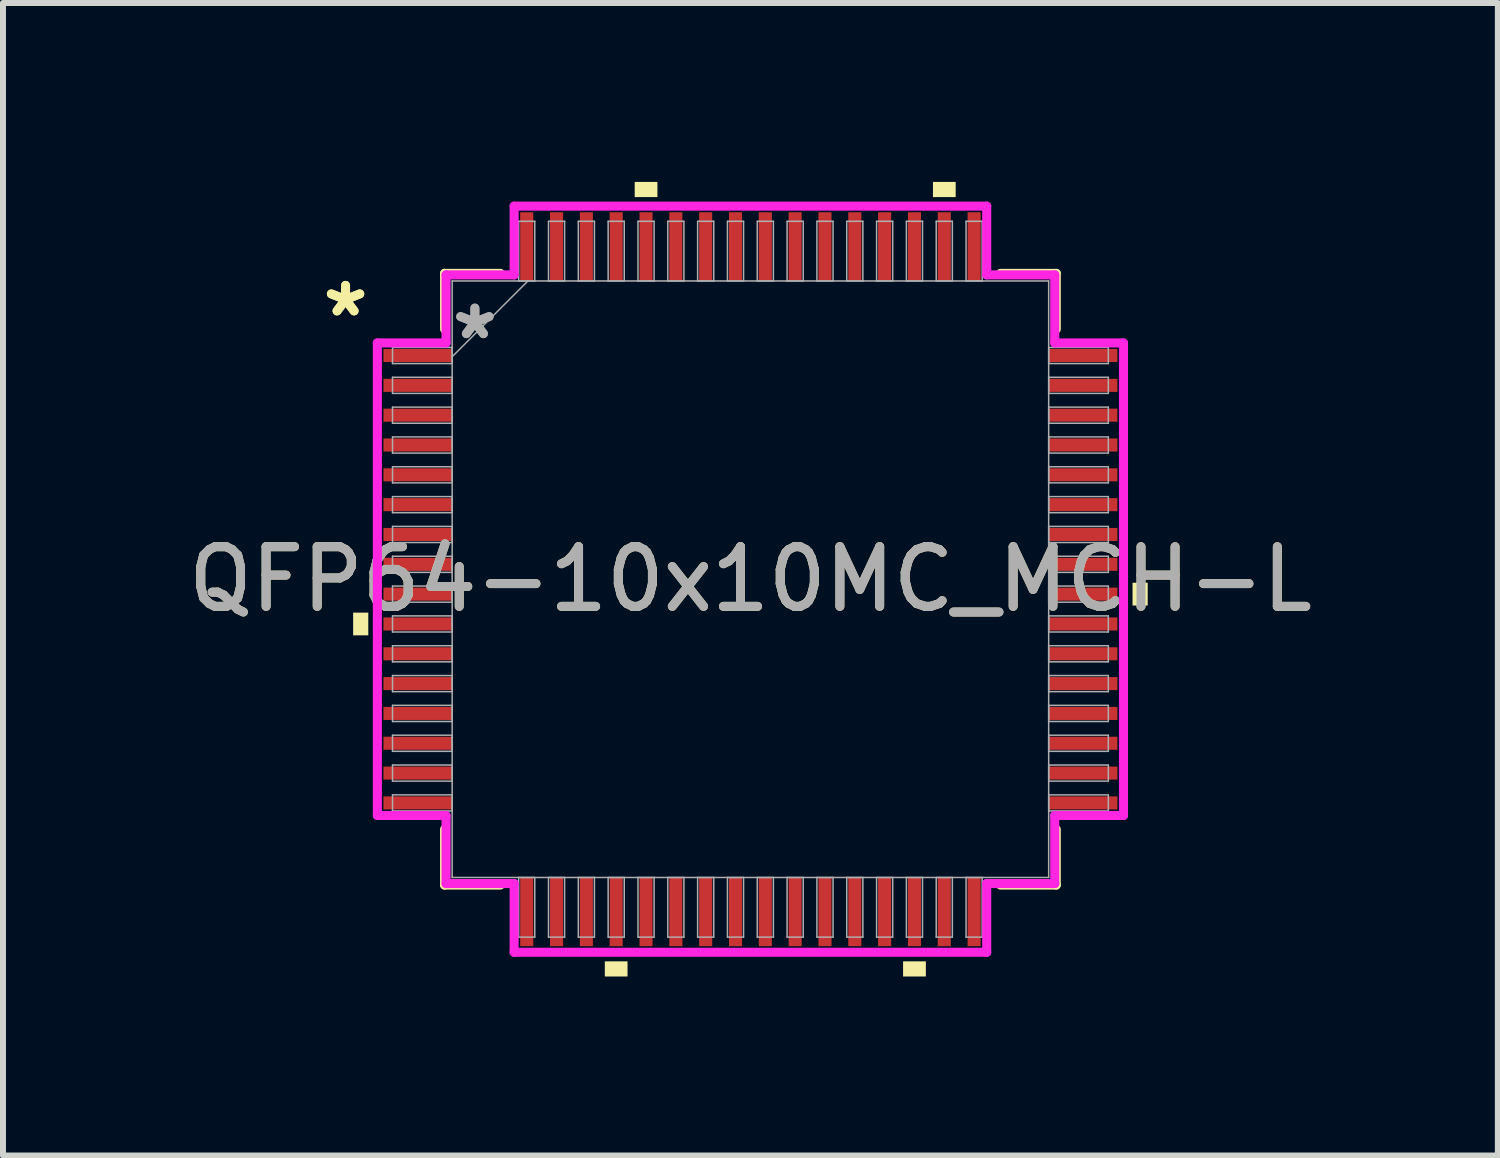
<source format=kicad_pcb>
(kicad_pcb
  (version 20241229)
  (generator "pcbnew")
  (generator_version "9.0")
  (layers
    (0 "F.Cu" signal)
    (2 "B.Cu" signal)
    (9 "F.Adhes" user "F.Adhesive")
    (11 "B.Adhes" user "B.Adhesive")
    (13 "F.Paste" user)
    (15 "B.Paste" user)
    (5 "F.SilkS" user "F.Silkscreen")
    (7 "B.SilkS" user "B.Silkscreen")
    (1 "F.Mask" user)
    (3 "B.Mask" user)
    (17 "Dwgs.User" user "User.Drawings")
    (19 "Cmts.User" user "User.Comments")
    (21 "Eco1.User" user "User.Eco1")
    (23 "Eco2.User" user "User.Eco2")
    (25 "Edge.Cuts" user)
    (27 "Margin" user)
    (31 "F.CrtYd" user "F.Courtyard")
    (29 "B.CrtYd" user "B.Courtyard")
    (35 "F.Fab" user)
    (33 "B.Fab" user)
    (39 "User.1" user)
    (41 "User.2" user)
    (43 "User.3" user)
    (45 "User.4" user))
  (footprint "QFP64-10x10MC_MCH-L"
    (layer "F.Cu")
    (at 9.53 6.66)
    (property "Reference" "QFP64-10x10MC_MCH-L" (at 0 0 0) (unlocked yes) (layer "F.SilkS") (effects (font (size 1 1) (thickness 0.15))))
    (attr smd)
    (fp_line (start -5.127 -5.127) (end -5.127 -4.192) (stroke (width 0.152) (type solid)) (layer "F.SilkS"))
    (fp_line (start -5.127 4.192) (end -5.127 5.127) (stroke (width 0.152) (type solid)) (layer "F.SilkS"))
    (fp_line (start -5.127 5.127) (end -4.192 5.127) (stroke (width 0.152) (type solid)) (layer "F.SilkS"))
    (fp_line (start -4.192 -5.127) (end -5.127 -5.127) (stroke (width 0.152) (type solid)) (layer "F.SilkS"))
    (fp_line (start 4.192 5.127) (end 5.127 5.127) (stroke (width 0.152) (type solid)) (layer "F.SilkS"))
    (fp_line (start 5.127 -5.127) (end 4.192 -5.127) (stroke (width 0.152) (type solid)) (layer "F.SilkS"))
    (fp_line (start 5.127 -4.192) (end 5.127 -5.127) (stroke (width 0.152) (type solid)) (layer "F.SilkS"))
    (fp_line (start 5.127 5.127) (end 5.127 4.192) (stroke (width 0.152) (type solid)) (layer "F.SilkS"))
    (fp_poly (pts (xy -6.66 0.56) (xy -6.66 0.941) (xy -6.406 0.941) (xy -6.406 0.56)) (stroke (width 0) (type solid)) (fill yes) (layer "F.SilkS"))
    (fp_poly (pts (xy -2.441 6.406) (xy -2.441 6.66) (xy -2.06 6.66) (xy -2.06 6.406)) (stroke (width 0) (type solid)) (fill yes) (layer "F.SilkS"))
    (fp_poly (pts (xy -1.94 -6.406) (xy -1.94 -6.66) (xy -1.559 -6.66) (xy -1.559 -6.406)) (stroke (width 0) (type solid)) (fill yes) (layer "F.SilkS"))
    (fp_poly (pts (xy 2.559 6.406) (xy 2.559 6.66) (xy 2.941 6.66) (xy 2.941 6.406)) (stroke (width 0) (type solid)) (fill yes) (layer "F.SilkS"))
    (fp_poly (pts (xy 3.06 -6.406) (xy 3.06 -6.66) (xy 3.441 -6.66) (xy 3.441 -6.406)) (stroke (width 0) (type solid)) (fill yes) (layer "F.SilkS"))
    (fp_poly (pts (xy 6.66 0.059) (xy 6.66 0.441) (xy 6.406 0.441) (xy 6.406 0.059)) (stroke (width 0) (type solid)) (fill yes) (layer "F.SilkS"))
    (fp_line (start -6.254 -3.961) (end -5.102 -3.961) (stroke (width 0.152) (type solid)) (layer "F.CrtYd"))
    (fp_line (start -6.254 3.961) (end -6.254 -3.961) (stroke (width 0.152) (type solid)) (layer "F.CrtYd"))
    (fp_line (start -5.102 -5.102) (end -3.961 -5.102) (stroke (width 0.152) (type solid)) (layer "F.CrtYd"))
    (fp_line (start -5.102 -3.961) (end -5.102 -5.102) (stroke (width 0.152) (type solid)) (layer "F.CrtYd"))
    (fp_line (start -5.102 3.961) (end -6.254 3.961) (stroke (width 0.152) (type solid)) (layer "F.CrtYd"))
    (fp_line (start -5.102 5.102) (end -5.102 3.961) (stroke (width 0.152) (type solid)) (layer "F.CrtYd"))
    (fp_line (start -5.102 5.102) (end -3.961 5.102) (stroke (width 0.152) (type solid)) (layer "F.CrtYd"))
    (fp_line (start -3.961 -6.254) (end 3.961 -6.254) (stroke (width 0.152) (type solid)) (layer "F.CrtYd"))
    (fp_line (start -3.961 -5.102) (end -3.961 -6.254) (stroke (width 0.152) (type solid)) (layer "F.CrtYd"))
    (fp_line (start -3.961 5.102) (end -3.961 6.254) (stroke (width 0.152) (type solid)) (layer "F.CrtYd"))
    (fp_line (start -3.961 6.254) (end 3.961 6.254) (stroke (width 0.152) (type solid)) (layer "F.CrtYd"))
    (fp_line (start 3.961 -6.254) (end 3.961 -5.102) (stroke (width 0.152) (type solid)) (layer "F.CrtYd"))
    (fp_line (start 3.961 -5.102) (end 5.102 -5.102) (stroke (width 0.152) (type solid)) (layer "F.CrtYd"))
    (fp_line (start 3.961 5.102) (end 5.102 5.102) (stroke (width 0.152) (type solid)) (layer "F.CrtYd"))
    (fp_line (start 3.961 6.254) (end 3.961 5.102) (stroke (width 0.152) (type solid)) (layer "F.CrtYd"))
    (fp_line (start 5.102 -3.961) (end 5.102 -5.102) (stroke (width 0.152) (type solid)) (layer "F.CrtYd"))
    (fp_line (start 5.102 3.961) (end 6.254 3.961) (stroke (width 0.152) (type solid)) (layer "F.CrtYd"))
    (fp_line (start 5.102 5.102) (end 5.102 3.961) (stroke (width 0.152) (type solid)) (layer "F.CrtYd"))
    (fp_line (start 6.254 -3.961) (end 5.102 -3.961) (stroke (width 0.152) (type solid)) (layer "F.CrtYd"))
    (fp_line (start 6.254 3.961) (end 6.254 -3.961) (stroke (width 0.152) (type solid)) (layer "F.CrtYd"))
    (fp_line (start -6 -3.885) (end -6 -3.615) (stroke (width 0.025) (type solid)) (layer "F.Fab"))
    (fp_line (start -6 -3.615) (end -5 -3.615) (stroke (width 0.025) (type solid)) (layer "F.Fab"))
    (fp_line (start -6 -3.385) (end -6 -3.115) (stroke (width 0.025) (type solid)) (layer "F.Fab"))
    (fp_line (start -6 -3.115) (end -5 -3.115) (stroke (width 0.025) (type solid)) (layer "F.Fab"))
    (fp_line (start -6 -2.885) (end -6 -2.615) (stroke (width 0.025) (type solid)) (layer "F.Fab"))
    (fp_line (start -6 -2.615) (end -5 -2.615) (stroke (width 0.025) (type solid)) (layer "F.Fab"))
    (fp_line (start -6 -2.385) (end -6 -2.115) (stroke (width 0.025) (type solid)) (layer "F.Fab"))
    (fp_line (start -6 -2.115) (end -5 -2.115) (stroke (width 0.025) (type solid)) (layer "F.Fab"))
    (fp_line (start -6 -1.885) (end -6 -1.615) (stroke (width 0.025) (type solid)) (layer "F.Fab"))
    (fp_line (start -6 -1.615) (end -5 -1.615) (stroke (width 0.025) (type solid)) (layer "F.Fab"))
    (fp_line (start -6 -1.385) (end -6 -1.115) (stroke (width 0.025) (type solid)) (layer "F.Fab"))
    (fp_line (start -6 -1.115) (end -5 -1.115) (stroke (width 0.025) (type solid)) (layer "F.Fab"))
    (fp_line (start -6 -0.885) (end -6 -0.615) (stroke (width 0.025) (type solid)) (layer "F.Fab"))
    (fp_line (start -6 -0.615) (end -5 -0.615) (stroke (width 0.025) (type solid)) (layer "F.Fab"))
    (fp_line (start -6 -0.385) (end -6 -0.115) (stroke (width 0.025) (type solid)) (layer "F.Fab"))
    (fp_line (start -6 -0.115) (end -5 -0.115) (stroke (width 0.025) (type solid)) (layer "F.Fab"))
    (fp_line (start -6 0.115) (end -6 0.385) (stroke (width 0.025) (type solid)) (layer "F.Fab"))
    (fp_line (start -6 0.385) (end -5 0.385) (stroke (width 0.025) (type solid)) (layer "F.Fab"))
    (fp_line (start -6 0.615) (end -6 0.885) (stroke (width 0.025) (type solid)) (layer "F.Fab"))
    (fp_line (start -6 0.885) (end -5 0.885) (stroke (width 0.025) (type solid)) (layer "F.Fab"))
    (fp_line (start -6 1.115) (end -6 1.385) (stroke (width 0.025) (type solid)) (layer "F.Fab"))
    (fp_line (start -6 1.385) (end -5 1.385) (stroke (width 0.025) (type solid)) (layer "F.Fab"))
    (fp_line (start -6 1.615) (end -6 1.885) (stroke (width 0.025) (type solid)) (layer "F.Fab"))
    (fp_line (start -6 1.885) (end -5 1.885) (stroke (width 0.025) (type solid)) (layer "F.Fab"))
    (fp_line (start -6 2.115) (end -6 2.385) (stroke (width 0.025) (type solid)) (layer "F.Fab"))
    (fp_line (start -6 2.385) (end -5 2.385) (stroke (width 0.025) (type solid)) (layer "F.Fab"))
    (fp_line (start -6 2.615) (end -6 2.885) (stroke (width 0.025) (type solid)) (layer "F.Fab"))
    (fp_line (start -6 2.885) (end -5 2.885) (stroke (width 0.025) (type solid)) (layer "F.Fab"))
    (fp_line (start -6 3.115) (end -6 3.385) (stroke (width 0.025) (type solid)) (layer "F.Fab"))
    (fp_line (start -6 3.385) (end -5 3.385) (stroke (width 0.025) (type solid)) (layer "F.Fab"))
    (fp_line (start -6 3.615) (end -6 3.885) (stroke (width 0.025) (type solid)) (layer "F.Fab"))
    (fp_line (start -6 3.885) (end -5 3.885) (stroke (width 0.025) (type solid)) (layer "F.Fab"))
    (fp_line (start -5 -5) (end -5 5) (stroke (width 0.025) (type solid)) (layer "F.Fab"))
    (fp_line (start -5 -3.885) (end -6 -3.885) (stroke (width 0.025) (type solid)) (layer "F.Fab"))
    (fp_line (start -5 -3.73) (end -3.73 -5) (stroke (width 0.025) (type solid)) (layer "F.Fab"))
    (fp_line (start -5 -3.615) (end -5 -3.885) (stroke (width 0.025) (type solid)) (layer "F.Fab"))
    (fp_line (start -5 -3.385) (end -6 -3.385) (stroke (width 0.025) (type solid)) (layer "F.Fab"))
    (fp_line (start -5 -3.115) (end -5 -3.385) (stroke (width 0.025) (type solid)) (layer "F.Fab"))
    (fp_line (start -5 -2.885) (end -6 -2.885) (stroke (width 0.025) (type solid)) (layer "F.Fab"))
    (fp_line (start -5 -2.615) (end -5 -2.885) (stroke (width 0.025) (type solid)) (layer "F.Fab"))
    (fp_line (start -5 -2.385) (end -6 -2.385) (stroke (width 0.025) (type solid)) (layer "F.Fab"))
    (fp_line (start -5 -2.115) (end -5 -2.385) (stroke (width 0.025) (type solid)) (layer "F.Fab"))
    (fp_line (start -5 -1.885) (end -6 -1.885) (stroke (width 0.025) (type solid)) (layer "F.Fab"))
    (fp_line (start -5 -1.615) (end -5 -1.885) (stroke (width 0.025) (type solid)) (layer "F.Fab"))
    (fp_line (start -5 -1.385) (end -6 -1.385) (stroke (width 0.025) (type solid)) (layer "F.Fab"))
    (fp_line (start -5 -1.115) (end -5 -1.385) (stroke (width 0.025) (type solid)) (layer "F.Fab"))
    (fp_line (start -5 -0.885) (end -6 -0.885) (stroke (width 0.025) (type solid)) (layer "F.Fab"))
    (fp_line (start -5 -0.615) (end -5 -0.885) (stroke (width 0.025) (type solid)) (layer "F.Fab"))
    (fp_line (start -5 -0.385) (end -6 -0.385) (stroke (width 0.025) (type solid)) (layer "F.Fab"))
    (fp_line (start -5 -0.115) (end -5 -0.385) (stroke (width 0.025) (type solid)) (layer "F.Fab"))
    (fp_line (start -5 0.115) (end -6 0.115) (stroke (width 0.025) (type solid)) (layer "F.Fab"))
    (fp_line (start -5 0.385) (end -5 0.115) (stroke (width 0.025) (type solid)) (layer "F.Fab"))
    (fp_line (start -5 0.615) (end -6 0.615) (stroke (width 0.025) (type solid)) (layer "F.Fab"))
    (fp_line (start -5 0.885) (end -5 0.615) (stroke (width 0.025) (type solid)) (layer "F.Fab"))
    (fp_line (start -5 1.115) (end -6 1.115) (stroke (width 0.025) (type solid)) (layer "F.Fab"))
    (fp_line (start -5 1.385) (end -5 1.115) (stroke (width 0.025) (type solid)) (layer "F.Fab"))
    (fp_line (start -5 1.615) (end -6 1.615) (stroke (width 0.025) (type solid)) (layer "F.Fab"))
    (fp_line (start -5 1.885) (end -5 1.615) (stroke (width 0.025) (type solid)) (layer "F.Fab"))
    (fp_line (start -5 2.115) (end -6 2.115) (stroke (width 0.025) (type solid)) (layer "F.Fab"))
    (fp_line (start -5 2.385) (end -5 2.115) (stroke (width 0.025) (type solid)) (layer "F.Fab"))
    (fp_line (start -5 2.615) (end -6 2.615) (stroke (width 0.025) (type solid)) (layer "F.Fab"))
    (fp_line (start -5 2.885) (end -5 2.615) (stroke (width 0.025) (type solid)) (layer "F.Fab"))
    (fp_line (start -5 3.115) (end -6 3.115) (stroke (width 0.025) (type solid)) (layer "F.Fab"))
    (fp_line (start -5 3.385) (end -5 3.115) (stroke (width 0.025) (type solid)) (layer "F.Fab"))
    (fp_line (start -5 3.615) (end -6 3.615) (stroke (width 0.025) (type solid)) (layer "F.Fab"))
    (fp_line (start -5 3.885) (end -5 3.615) (stroke (width 0.025) (type solid)) (layer "F.Fab"))
    (fp_line (start -5 5) (end 5 5) (stroke (width 0.025) (type solid)) (layer "F.Fab"))
    (fp_line (start -3.885 -6) (end -3.885 -5) (stroke (width 0.025) (type solid)) (layer "F.Fab"))
    (fp_line (start -3.885 -5) (end -3.615 -5) (stroke (width 0.025) (type solid)) (layer "F.Fab"))
    (fp_line (start -3.885 5) (end -3.885 6) (stroke (width 0.025) (type solid)) (layer "F.Fab"))
    (fp_line (start -3.885 6) (end -3.615 6) (stroke (width 0.025) (type solid)) (layer "F.Fab"))
    (fp_line (start -3.615 -6) (end -3.885 -6) (stroke (width 0.025) (type solid)) (layer "F.Fab"))
    (fp_line (start -3.615 -5) (end -3.615 -6) (stroke (width 0.025) (type solid)) (layer "F.Fab"))
    (fp_line (start -3.615 5) (end -3.885 5) (stroke (width 0.025) (type solid)) (layer "F.Fab"))
    (fp_line (start -3.615 6) (end -3.615 5) (stroke (width 0.025) (type solid)) (layer "F.Fab"))
    (fp_line (start -3.385 -6) (end -3.385 -5) (stroke (width 0.025) (type solid)) (layer "F.Fab"))
    (fp_line (start -3.385 -5) (end -3.115 -5) (stroke (width 0.025) (type solid)) (layer "F.Fab"))
    (fp_line (start -3.385 5) (end -3.385 6) (stroke (width 0.025) (type solid)) (layer "F.Fab"))
    (fp_line (start -3.385 6) (end -3.115 6) (stroke (width 0.025) (type solid)) (layer "F.Fab"))
    (fp_line (start -3.115 -6) (end -3.385 -6) (stroke (width 0.025) (type solid)) (layer "F.Fab"))
    (fp_line (start -3.115 -5) (end -3.115 -6) (stroke (width 0.025) (type solid)) (layer "F.Fab"))
    (fp_line (start -3.115 5) (end -3.385 5) (stroke (width 0.025) (type solid)) (layer "F.Fab"))
    (fp_line (start -3.115 6) (end -3.115 5) (stroke (width 0.025) (type solid)) (layer "F.Fab"))
    (fp_line (start -2.885 -6) (end -2.885 -5) (stroke (width 0.025) (type solid)) (layer "F.Fab"))
    (fp_line (start -2.885 -5) (end -2.615 -5) (stroke (width 0.025) (type solid)) (layer "F.Fab"))
    (fp_line (start -2.885 5) (end -2.885 6) (stroke (width 0.025) (type solid)) (layer "F.Fab"))
    (fp_line (start -2.885 6) (end -2.615 6) (stroke (width 0.025) (type solid)) (layer "F.Fab"))
    (fp_line (start -2.615 -6) (end -2.885 -6) (stroke (width 0.025) (type solid)) (layer "F.Fab"))
    (fp_line (start -2.615 -5) (end -2.615 -6) (stroke (width 0.025) (type solid)) (layer "F.Fab"))
    (fp_line (start -2.615 5) (end -2.885 5) (stroke (width 0.025) (type solid)) (layer "F.Fab"))
    (fp_line (start -2.615 6) (end -2.615 5) (stroke (width 0.025) (type solid)) (layer "F.Fab"))
    (fp_line (start -2.385 -6) (end -2.385 -5) (stroke (width 0.025) (type solid)) (layer "F.Fab"))
    (fp_line (start -2.385 -5) (end -2.115 -5) (stroke (width 0.025) (type solid)) (layer "F.Fab"))
    (fp_line (start -2.385 5) (end -2.385 6) (stroke (width 0.025) (type solid)) (layer "F.Fab"))
    (fp_line (start -2.385 6) (end -2.115 6) (stroke (width 0.025) (type solid)) (layer "F.Fab"))
    (fp_line (start -2.115 -6) (end -2.385 -6) (stroke (width 0.025) (type solid)) (layer "F.Fab"))
    (fp_line (start -2.115 -5) (end -2.115 -6) (stroke (width 0.025) (type solid)) (layer "F.Fab"))
    (fp_line (start -2.115 5) (end -2.385 5) (stroke (width 0.025) (type solid)) (layer "F.Fab"))
    (fp_line (start -2.115 6) (end -2.115 5) (stroke (width 0.025) (type solid)) (layer "F.Fab"))
    (fp_line (start -1.885 -6) (end -1.885 -5) (stroke (width 0.025) (type solid)) (layer "F.Fab"))
    (fp_line (start -1.885 -5) (end -1.615 -5) (stroke (width 0.025) (type solid)) (layer "F.Fab"))
    (fp_line (start -1.885 5) (end -1.885 6) (stroke (width 0.025) (type solid)) (layer "F.Fab"))
    (fp_line (start -1.885 6) (end -1.615 6) (stroke (width 0.025) (type solid)) (layer "F.Fab"))
    (fp_line (start -1.615 -6) (end -1.885 -6) (stroke (width 0.025) (type solid)) (layer "F.Fab"))
    (fp_line (start -1.615 -5) (end -1.615 -6) (stroke (width 0.025) (type solid)) (layer "F.Fab"))
    (fp_line (start -1.615 5) (end -1.885 5) (stroke (width 0.025) (type solid)) (layer "F.Fab"))
    (fp_line (start -1.615 6) (end -1.615 5) (stroke (width 0.025) (type solid)) (layer "F.Fab"))
    (fp_line (start -1.385 -6) (end -1.385 -5) (stroke (width 0.025) (type solid)) (layer "F.Fab"))
    (fp_line (start -1.385 -5) (end -1.115 -5) (stroke (width 0.025) (type solid)) (layer "F.Fab"))
    (fp_line (start -1.385 5) (end -1.385 6) (stroke (width 0.025) (type solid)) (layer "F.Fab"))
    (fp_line (start -1.385 6) (end -1.115 6) (stroke (width 0.025) (type solid)) (layer "F.Fab"))
    (fp_line (start -1.115 -6) (end -1.385 -6) (stroke (width 0.025) (type solid)) (layer "F.Fab"))
    (fp_line (start -1.115 -5) (end -1.115 -6) (stroke (width 0.025) (type solid)) (layer "F.Fab"))
    (fp_line (start -1.115 5) (end -1.385 5) (stroke (width 0.025) (type solid)) (layer "F.Fab"))
    (fp_line (start -1.115 6) (end -1.115 5) (stroke (width 0.025) (type solid)) (layer "F.Fab"))
    (fp_line (start -0.885 -6) (end -0.885 -5) (stroke (width 0.025) (type solid)) (layer "F.Fab"))
    (fp_line (start -0.885 -5) (end -0.615 -5) (stroke (width 0.025) (type solid)) (layer "F.Fab"))
    (fp_line (start -0.885 5) (end -0.885 6) (stroke (width 0.025) (type solid)) (layer "F.Fab"))
    (fp_line (start -0.885 6) (end -0.615 6) (stroke (width 0.025) (type solid)) (layer "F.Fab"))
    (fp_line (start -0.615 -6) (end -0.885 -6) (stroke (width 0.025) (type solid)) (layer "F.Fab"))
    (fp_line (start -0.615 -5) (end -0.615 -6) (stroke (width 0.025) (type solid)) (layer "F.Fab"))
    (fp_line (start -0.615 5) (end -0.885 5) (stroke (width 0.025) (type solid)) (layer "F.Fab"))
    (fp_line (start -0.615 6) (end -0.615 5) (stroke (width 0.025) (type solid)) (layer "F.Fab"))
    (fp_line (start -0.385 -6) (end -0.385 -5) (stroke (width 0.025) (type solid)) (layer "F.Fab"))
    (fp_line (start -0.385 -5) (end -0.115 -5) (stroke (width 0.025) (type solid)) (layer "F.Fab"))
    (fp_line (start -0.385 5) (end -0.385 6) (stroke (width 0.025) (type solid)) (layer "F.Fab"))
    (fp_line (start -0.385 6) (end -0.115 6) (stroke (width 0.025) (type solid)) (layer "F.Fab"))
    (fp_line (start -0.115 -6) (end -0.385 -6) (stroke (width 0.025) (type solid)) (layer "F.Fab"))
    (fp_line (start -0.115 -5) (end -0.115 -6) (stroke (width 0.025) (type solid)) (layer "F.Fab"))
    (fp_line (start -0.115 5) (end -0.385 5) (stroke (width 0.025) (type solid)) (layer "F.Fab"))
    (fp_line (start -0.115 6) (end -0.115 5) (stroke (width 0.025) (type solid)) (layer "F.Fab"))
    (fp_line (start 0.115 -6) (end 0.115 -5) (stroke (width 0.025) (type solid)) (layer "F.Fab"))
    (fp_line (start 0.115 -5) (end 0.385 -5) (stroke (width 0.025) (type solid)) (layer "F.Fab"))
    (fp_line (start 0.115 5) (end 0.115 6) (stroke (width 0.025) (type solid)) (layer "F.Fab"))
    (fp_line (start 0.115 6) (end 0.385 6) (stroke (width 0.025) (type solid)) (layer "F.Fab"))
    (fp_line (start 0.385 -6) (end 0.115 -6) (stroke (width 0.025) (type solid)) (layer "F.Fab"))
    (fp_line (start 0.385 -5) (end 0.385 -6) (stroke (width 0.025) (type solid)) (layer "F.Fab"))
    (fp_line (start 0.385 5) (end 0.115 5) (stroke (width 0.025) (type solid)) (layer "F.Fab"))
    (fp_line (start 0.385 6) (end 0.385 5) (stroke (width 0.025) (type solid)) (layer "F.Fab"))
    (fp_line (start 0.615 -6) (end 0.615 -5) (stroke (width 0.025) (type solid)) (layer "F.Fab"))
    (fp_line (start 0.615 -5) (end 0.885 -5) (stroke (width 0.025) (type solid)) (layer "F.Fab"))
    (fp_line (start 0.615 5) (end 0.615 6) (stroke (width 0.025) (type solid)) (layer "F.Fab"))
    (fp_line (start 0.615 6) (end 0.885 6) (stroke (width 0.025) (type solid)) (layer "F.Fab"))
    (fp_line (start 0.885 -6) (end 0.615 -6) (stroke (width 0.025) (type solid)) (layer "F.Fab"))
    (fp_line (start 0.885 -5) (end 0.885 -6) (stroke (width 0.025) (type solid)) (layer "F.Fab"))
    (fp_line (start 0.885 5) (end 0.615 5) (stroke (width 0.025) (type solid)) (layer "F.Fab"))
    (fp_line (start 0.885 6) (end 0.885 5) (stroke (width 0.025) (type solid)) (layer "F.Fab"))
    (fp_line (start 1.115 -6) (end 1.115 -5) (stroke (width 0.025) (type solid)) (layer "F.Fab"))
    (fp_line (start 1.115 -5) (end 1.385 -5) (stroke (width 0.025) (type solid)) (layer "F.Fab"))
    (fp_line (start 1.115 5) (end 1.115 6) (stroke (width 0.025) (type solid)) (layer "F.Fab"))
    (fp_line (start 1.115 6) (end 1.385 6) (stroke (width 0.025) (type solid)) (layer "F.Fab"))
    (fp_line (start 1.385 -6) (end 1.115 -6) (stroke (width 0.025) (type solid)) (layer "F.Fab"))
    (fp_line (start 1.385 -5) (end 1.385 -6) (stroke (width 0.025) (type solid)) (layer "F.Fab"))
    (fp_line (start 1.385 5) (end 1.115 5) (stroke (width 0.025) (type solid)) (layer "F.Fab"))
    (fp_line (start 1.385 6) (end 1.385 5) (stroke (width 0.025) (type solid)) (layer "F.Fab"))
    (fp_line (start 1.615 -6) (end 1.615 -5) (stroke (width 0.025) (type solid)) (layer "F.Fab"))
    (fp_line (start 1.615 -5) (end 1.885 -5) (stroke (width 0.025) (type solid)) (layer "F.Fab"))
    (fp_line (start 1.615 5) (end 1.615 6) (stroke (width 0.025) (type solid)) (layer "F.Fab"))
    (fp_line (start 1.615 6) (end 1.885 6) (stroke (width 0.025) (type solid)) (layer "F.Fab"))
    (fp_line (start 1.885 -6) (end 1.615 -6) (stroke (width 0.025) (type solid)) (layer "F.Fab"))
    (fp_line (start 1.885 -5) (end 1.885 -6) (stroke (width 0.025) (type solid)) (layer "F.Fab"))
    (fp_line (start 1.885 5) (end 1.615 5) (stroke (width 0.025) (type solid)) (layer "F.Fab"))
    (fp_line (start 1.885 6) (end 1.885 5) (stroke (width 0.025) (type solid)) (layer "F.Fab"))
    (fp_line (start 2.115 -6) (end 2.115 -5) (stroke (width 0.025) (type solid)) (layer "F.Fab"))
    (fp_line (start 2.115 -5) (end 2.385 -5) (stroke (width 0.025) (type solid)) (layer "F.Fab"))
    (fp_line (start 2.115 5) (end 2.115 6) (stroke (width 0.025) (type solid)) (layer "F.Fab"))
    (fp_line (start 2.115 6) (end 2.385 6) (stroke (width 0.025) (type solid)) (layer "F.Fab"))
    (fp_line (start 2.385 -6) (end 2.115 -6) (stroke (width 0.025) (type solid)) (layer "F.Fab"))
    (fp_line (start 2.385 -5) (end 2.385 -6) (stroke (width 0.025) (type solid)) (layer "F.Fab"))
    (fp_line (start 2.385 5) (end 2.115 5) (stroke (width 0.025) (type solid)) (layer "F.Fab"))
    (fp_line (start 2.385 6) (end 2.385 5) (stroke (width 0.025) (type solid)) (layer "F.Fab"))
    (fp_line (start 2.615 -6) (end 2.615 -5) (stroke (width 0.025) (type solid)) (layer "F.Fab"))
    (fp_line (start 2.615 -5) (end 2.885 -5) (stroke (width 0.025) (type solid)) (layer "F.Fab"))
    (fp_line (start 2.615 5) (end 2.615 6) (stroke (width 0.025) (type solid)) (layer "F.Fab"))
    (fp_line (start 2.615 6) (end 2.885 6) (stroke (width 0.025) (type solid)) (layer "F.Fab"))
    (fp_line (start 2.885 -6) (end 2.615 -6) (stroke (width 0.025) (type solid)) (layer "F.Fab"))
    (fp_line (start 2.885 -5) (end 2.885 -6) (stroke (width 0.025) (type solid)) (layer "F.Fab"))
    (fp_line (start 2.885 5) (end 2.615 5) (stroke (width 0.025) (type solid)) (layer "F.Fab"))
    (fp_line (start 2.885 6) (end 2.885 5) (stroke (width 0.025) (type solid)) (layer "F.Fab"))
    (fp_line (start 3.115 -6) (end 3.115 -5) (stroke (width 0.025) (type solid)) (layer "F.Fab"))
    (fp_line (start 3.115 -5) (end 3.385 -5) (stroke (width 0.025) (type solid)) (layer "F.Fab"))
    (fp_line (start 3.115 5) (end 3.115 6) (stroke (width 0.025) (type solid)) (layer "F.Fab"))
    (fp_line (start 3.115 6) (end 3.385 6) (stroke (width 0.025) (type solid)) (layer "F.Fab"))
    (fp_line (start 3.385 -6) (end 3.115 -6) (stroke (width 0.025) (type solid)) (layer "F.Fab"))
    (fp_line (start 3.385 -5) (end 3.385 -6) (stroke (width 0.025) (type solid)) (layer "F.Fab"))
    (fp_line (start 3.385 5) (end 3.115 5) (stroke (width 0.025) (type solid)) (layer "F.Fab"))
    (fp_line (start 3.385 6) (end 3.385 5) (stroke (width 0.025) (type solid)) (layer "F.Fab"))
    (fp_line (start 3.615 -6) (end 3.615 -5) (stroke (width 0.025) (type solid)) (layer "F.Fab"))
    (fp_line (start 3.615 -5) (end 3.885 -5) (stroke (width 0.025) (type solid)) (layer "F.Fab"))
    (fp_line (start 3.615 5) (end 3.615 6) (stroke (width 0.025) (type solid)) (layer "F.Fab"))
    (fp_line (start 3.615 6) (end 3.885 6) (stroke (width 0.025) (type solid)) (layer "F.Fab"))
    (fp_line (start 3.885 -6) (end 3.615 -6) (stroke (width 0.025) (type solid)) (layer "F.Fab"))
    (fp_line (start 3.885 -5) (end 3.885 -6) (stroke (width 0.025) (type solid)) (layer "F.Fab"))
    (fp_line (start 3.885 5) (end 3.615 5) (stroke (width 0.025) (type solid)) (layer "F.Fab"))
    (fp_line (start 3.885 6) (end 3.885 5) (stroke (width 0.025) (type solid)) (layer "F.Fab"))
    (fp_line (start 5 -5) (end -5 -5) (stroke (width 0.025) (type solid)) (layer "F.Fab"))
    (fp_line (start 5 -3.885) (end 5 -3.615) (stroke (width 0.025) (type solid)) (layer "F.Fab"))
    (fp_line (start 5 -3.615) (end 6 -3.615) (stroke (width 0.025) (type solid)) (layer "F.Fab"))
    (fp_line (start 5 -3.385) (end 5 -3.115) (stroke (width 0.025) (type solid)) (layer "F.Fab"))
    (fp_line (start 5 -3.115) (end 6 -3.115) (stroke (width 0.025) (type solid)) (layer "F.Fab"))
    (fp_line (start 5 -2.885) (end 5 -2.615) (stroke (width 0.025) (type solid)) (layer "F.Fab"))
    (fp_line (start 5 -2.615) (end 6 -2.615) (stroke (width 0.025) (type solid)) (layer "F.Fab"))
    (fp_line (start 5 -2.385) (end 5 -2.115) (stroke (width 0.025) (type solid)) (layer "F.Fab"))
    (fp_line (start 5 -2.115) (end 6 -2.115) (stroke (width 0.025) (type solid)) (layer "F.Fab"))
    (fp_line (start 5 -1.885) (end 5 -1.615) (stroke (width 0.025) (type solid)) (layer "F.Fab"))
    (fp_line (start 5 -1.615) (end 6 -1.615) (stroke (width 0.025) (type solid)) (layer "F.Fab"))
    (fp_line (start 5 -1.385) (end 5 -1.115) (stroke (width 0.025) (type solid)) (layer "F.Fab"))
    (fp_line (start 5 -1.115) (end 6 -1.115) (stroke (width 0.025) (type solid)) (layer "F.Fab"))
    (fp_line (start 5 -0.885) (end 5 -0.615) (stroke (width 0.025) (type solid)) (layer "F.Fab"))
    (fp_line (start 5 -0.615) (end 6 -0.615) (stroke (width 0.025) (type solid)) (layer "F.Fab"))
    (fp_line (start 5 -0.385) (end 5 -0.115) (stroke (width 0.025) (type solid)) (layer "F.Fab"))
    (fp_line (start 5 -0.115) (end 6 -0.115) (stroke (width 0.025) (type solid)) (layer "F.Fab"))
    (fp_line (start 5 0.115) (end 5 0.385) (stroke (width 0.025) (type solid)) (layer "F.Fab"))
    (fp_line (start 5 0.385) (end 6 0.385) (stroke (width 0.025) (type solid)) (layer "F.Fab"))
    (fp_line (start 5 0.615) (end 5 0.885) (stroke (width 0.025) (type solid)) (layer "F.Fab"))
    (fp_line (start 5 0.885) (end 6 0.885) (stroke (width 0.025) (type solid)) (layer "F.Fab"))
    (fp_line (start 5 1.115) (end 5 1.385) (stroke (width 0.025) (type solid)) (layer "F.Fab"))
    (fp_line (start 5 1.385) (end 6 1.385) (stroke (width 0.025) (type solid)) (layer "F.Fab"))
    (fp_line (start 5 1.615) (end 5 1.885) (stroke (width 0.025) (type solid)) (layer "F.Fab"))
    (fp_line (start 5 1.885) (end 6 1.885) (stroke (width 0.025) (type solid)) (layer "F.Fab"))
    (fp_line (start 5 2.115) (end 5 2.385) (stroke (width 0.025) (type solid)) (layer "F.Fab"))
    (fp_line (start 5 2.385) (end 6 2.385) (stroke (width 0.025) (type solid)) (layer "F.Fab"))
    (fp_line (start 5 2.615) (end 5 2.885) (stroke (width 0.025) (type solid)) (layer "F.Fab"))
    (fp_line (start 5 2.885) (end 6 2.885) (stroke (width 0.025) (type solid)) (layer "F.Fab"))
    (fp_line (start 5 3.115) (end 5 3.385) (stroke (width 0.025) (type solid)) (layer "F.Fab"))
    (fp_line (start 5 3.385) (end 6 3.385) (stroke (width 0.025) (type solid)) (layer "F.Fab"))
    (fp_line (start 5 3.615) (end 5 3.885) (stroke (width 0.025) (type solid)) (layer "F.Fab"))
    (fp_line (start 5 3.885) (end 6 3.885) (stroke (width 0.025) (type solid)) (layer "F.Fab"))
    (fp_line (start 5 5) (end 5 -5) (stroke (width 0.025) (type solid)) (layer "F.Fab"))
    (fp_line (start 6 -3.885) (end 5 -3.885) (stroke (width 0.025) (type solid)) (layer "F.Fab"))
    (fp_line (start 6 -3.615) (end 6 -3.885) (stroke (width 0.025) (type solid)) (layer "F.Fab"))
    (fp_line (start 6 -3.385) (end 5 -3.385) (stroke (width 0.025) (type solid)) (layer "F.Fab"))
    (fp_line (start 6 -3.115) (end 6 -3.385) (stroke (width 0.025) (type solid)) (layer "F.Fab"))
    (fp_line (start 6 -2.885) (end 5 -2.885) (stroke (width 0.025) (type solid)) (layer "F.Fab"))
    (fp_line (start 6 -2.615) (end 6 -2.885) (stroke (width 0.025) (type solid)) (layer "F.Fab"))
    (fp_line (start 6 -2.385) (end 5 -2.385) (stroke (width 0.025) (type solid)) (layer "F.Fab"))
    (fp_line (start 6 -2.115) (end 6 -2.385) (stroke (width 0.025) (type solid)) (layer "F.Fab"))
    (fp_line (start 6 -1.885) (end 5 -1.885) (stroke (width 0.025) (type solid)) (layer "F.Fab"))
    (fp_line (start 6 -1.615) (end 6 -1.885) (stroke (width 0.025) (type solid)) (layer "F.Fab"))
    (fp_line (start 6 -1.385) (end 5 -1.385) (stroke (width 0.025) (type solid)) (layer "F.Fab"))
    (fp_line (start 6 -1.115) (end 6 -1.385) (stroke (width 0.025) (type solid)) (layer "F.Fab"))
    (fp_line (start 6 -0.885) (end 5 -0.885) (stroke (width 0.025) (type solid)) (layer "F.Fab"))
    (fp_line (start 6 -0.615) (end 6 -0.885) (stroke (width 0.025) (type solid)) (layer "F.Fab"))
    (fp_line (start 6 -0.385) (end 5 -0.385) (stroke (width 0.025) (type solid)) (layer "F.Fab"))
    (fp_line (start 6 -0.115) (end 6 -0.385) (stroke (width 0.025) (type solid)) (layer "F.Fab"))
    (fp_line (start 6 0.115) (end 5 0.115) (stroke (width 0.025) (type solid)) (layer "F.Fab"))
    (fp_line (start 6 0.385) (end 6 0.115) (stroke (width 0.025) (type solid)) (layer "F.Fab"))
    (fp_line (start 6 0.615) (end 5 0.615) (stroke (width 0.025) (type solid)) (layer "F.Fab"))
    (fp_line (start 6 0.885) (end 6 0.615) (stroke (width 0.025) (type solid)) (layer "F.Fab"))
    (fp_line (start 6 1.115) (end 5 1.115) (stroke (width 0.025) (type solid)) (layer "F.Fab"))
    (fp_line (start 6 1.385) (end 6 1.115) (stroke (width 0.025) (type solid)) (layer "F.Fab"))
    (fp_line (start 6 1.615) (end 5 1.615) (stroke (width 0.025) (type solid)) (layer "F.Fab"))
    (fp_line (start 6 1.885) (end 6 1.615) (stroke (width 0.025) (type solid)) (layer "F.Fab"))
    (fp_line (start 6 2.115) (end 5 2.115) (stroke (width 0.025) (type solid)) (layer "F.Fab"))
    (fp_line (start 6 2.385) (end 6 2.115) (stroke (width 0.025) (type solid)) (layer "F.Fab"))
    (fp_line (start 6 2.615) (end 5 2.615) (stroke (width 0.025) (type solid)) (layer "F.Fab"))
    (fp_line (start 6 2.885) (end 6 2.615) (stroke (width 0.025) (type solid)) (layer "F.Fab"))
    (fp_line (start 6 3.115) (end 5 3.115) (stroke (width 0.025) (type solid)) (layer "F.Fab"))
    (fp_line (start 6 3.385) (end 6 3.115) (stroke (width 0.025) (type solid)) (layer "F.Fab"))
    (fp_line (start 6 3.615) (end 5 3.615) (stroke (width 0.025) (type solid)) (layer "F.Fab"))
    (fp_line (start 6 3.885) (end 6 3.615) (stroke (width 0.025) (type solid)) (layer "F.Fab"))
    (fp_text user "*" (at -6.787 -4.381 0) (layer "F.SilkS") (effects (font (size 1 1) (thickness 0.15))))
    (fp_text user "*" (at -6.787 -4.381 0) (unlocked yes) (layer "F.SilkS") (effects (font (size 1 1) (thickness 0.15))))
    (fp_text user "*" (at -4.619 -4 0) (unlocked yes) (layer "F.Fab") (effects (font (size 1 1) (thickness 0.15))))
    (fp_text user "${REFERENCE}" (at 0 0 0) (unlocked yes) (layer "F.Fab") (effects (font (size 1 1) (thickness 0.15))))
    (fp_text user "*" (at -4.619 -4 0) (layer "F.Fab") (effects (font (size 1 1) (thickness 0.15))))
    (pad "1" smd rect (at -5.576 -3.75 90) (size 0.219 1.152) (layers "F.Cu" "F.Mask" "F.Paste"))
    (pad "2" smd rect (at -5.576 -3.25 90) (size 0.219 1.152) (layers "F.Cu" "F.Mask" "F.Paste"))
    (pad "3" smd rect (at -5.576 -2.75 90) (size 0.219 1.152) (layers "F.Cu" "F.Mask" "F.Paste"))
    (pad "4" smd rect (at -5.576 -2.25 90) (size 0.219 1.152) (layers "F.Cu" "F.Mask" "F.Paste"))
    (pad "5" smd rect (at -5.576 -1.75 90) (size 0.219 1.152) (layers "F.Cu" "F.Mask" "F.Paste"))
    (pad "6" smd rect (at -5.576 -1.25 90) (size 0.219 1.152) (layers "F.Cu" "F.Mask" "F.Paste"))
    (pad "7" smd rect (at -5.576 -0.75 90) (size 0.219 1.152) (layers "F.Cu" "F.Mask" "F.Paste"))
    (pad "8" smd rect (at -5.576 -0.25 90) (size 0.219 1.152) (layers "F.Cu" "F.Mask" "F.Paste"))
    (pad "9" smd rect (at -5.576 0.25 90) (size 0.219 1.152) (layers "F.Cu" "F.Mask" "F.Paste"))
    (pad "10" smd rect (at -5.576 0.75 90) (size 0.219 1.152) (layers "F.Cu" "F.Mask" "F.Paste"))
    (pad "11" smd rect (at -5.576 1.25 90) (size 0.219 1.152) (layers "F.Cu" "F.Mask" "F.Paste"))
    (pad "12" smd rect (at -5.576 1.75 90) (size 0.219 1.152) (layers "F.Cu" "F.Mask" "F.Paste"))
    (pad "13" smd rect (at -5.576 2.25 90) (size 0.219 1.152) (layers "F.Cu" "F.Mask" "F.Paste"))
    (pad "14" smd rect (at -5.576 2.75 90) (size 0.219 1.152) (layers "F.Cu" "F.Mask" "F.Paste"))
    (pad "15" smd rect (at -5.576 3.25 90) (size 0.219 1.152) (layers "F.Cu" "F.Mask" "F.Paste"))
    (pad "16" smd rect (at -5.576 3.75 90) (size 0.219 1.152) (layers "F.Cu" "F.Mask" "F.Paste"))
    (pad "17" smd rect (at -3.75 5.576) (size 0.219 1.152) (layers "F.Cu" "F.Mask" "F.Paste"))
    (pad "18" smd rect (at -3.25 5.576) (size 0.219 1.152) (layers "F.Cu" "F.Mask" "F.Paste"))
    (pad "19" smd rect (at -2.75 5.576) (size 0.219 1.152) (layers "F.Cu" "F.Mask" "F.Paste"))
    (pad "20" smd rect (at -2.25 5.576) (size 0.219 1.152) (layers "F.Cu" "F.Mask" "F.Paste"))
    (pad "21" smd rect (at -1.75 5.576) (size 0.219 1.152) (layers "F.Cu" "F.Mask" "F.Paste"))
    (pad "22" smd rect (at -1.25 5.576) (size 0.219 1.152) (layers "F.Cu" "F.Mask" "F.Paste"))
    (pad "23" smd rect (at -0.75 5.576) (size 0.219 1.152) (layers "F.Cu" "F.Mask" "F.Paste"))
    (pad "24" smd rect (at -0.25 5.576) (size 0.219 1.152) (layers "F.Cu" "F.Mask" "F.Paste"))
    (pad "25" smd rect (at 0.25 5.576) (size 0.219 1.152) (layers "F.Cu" "F.Mask" "F.Paste"))
    (pad "26" smd rect (at 0.75 5.576) (size 0.219 1.152) (layers "F.Cu" "F.Mask" "F.Paste"))
    (pad "27" smd rect (at 1.25 5.576) (size 0.219 1.152) (layers "F.Cu" "F.Mask" "F.Paste"))
    (pad "28" smd rect (at 1.75 5.576) (size 0.219 1.152) (layers "F.Cu" "F.Mask" "F.Paste"))
    (pad "29" smd rect (at 2.25 5.576) (size 0.219 1.152) (layers "F.Cu" "F.Mask" "F.Paste"))
    (pad "30" smd rect (at 2.75 5.576) (size 0.219 1.152) (layers "F.Cu" "F.Mask" "F.Paste"))
    (pad "31" smd rect (at 3.25 5.576) (size 0.219 1.152) (layers "F.Cu" "F.Mask" "F.Paste"))
    (pad "32" smd rect (at 3.75 5.576) (size 0.219 1.152) (layers "F.Cu" "F.Mask" "F.Paste"))
    (pad "33" smd rect (at 5.576 3.75 90) (size 0.219 1.152) (layers "F.Cu" "F.Mask" "F.Paste"))
    (pad "34" smd rect (at 5.576 3.25 90) (size 0.219 1.152) (layers "F.Cu" "F.Mask" "F.Paste"))
    (pad "35" smd rect (at 5.576 2.75 90) (size 0.219 1.152) (layers "F.Cu" "F.Mask" "F.Paste"))
    (pad "36" smd rect (at 5.576 2.25 90) (size 0.219 1.152) (layers "F.Cu" "F.Mask" "F.Paste"))
    (pad "37" smd rect (at 5.576 1.75 90) (size 0.219 1.152) (layers "F.Cu" "F.Mask" "F.Paste"))
    (pad "38" smd rect (at 5.576 1.25 90) (size 0.219 1.152) (layers "F.Cu" "F.Mask" "F.Paste"))
    (pad "39" smd rect (at 5.576 0.75 90) (size 0.219 1.152) (layers "F.Cu" "F.Mask" "F.Paste"))
    (pad "40" smd rect (at 5.576 0.25 90) (size 0.219 1.152) (layers "F.Cu" "F.Mask" "F.Paste"))
    (pad "41" smd rect (at 5.576 -0.25 90) (size 0.219 1.152) (layers "F.Cu" "F.Mask" "F.Paste"))
    (pad "42" smd rect (at 5.576 -0.75 90) (size 0.219 1.152) (layers "F.Cu" "F.Mask" "F.Paste"))
    (pad "43" smd rect (at 5.576 -1.25 90) (size 0.219 1.152) (layers "F.Cu" "F.Mask" "F.Paste"))
    (pad "44" smd rect (at 5.576 -1.75 90) (size 0.219 1.152) (layers "F.Cu" "F.Mask" "F.Paste"))
    (pad "45" smd rect (at 5.576 -2.25 90) (size 0.219 1.152) (layers "F.Cu" "F.Mask" "F.Paste"))
    (pad "46" smd rect (at 5.576 -2.75 90) (size 0.219 1.152) (layers "F.Cu" "F.Mask" "F.Paste"))
    (pad "47" smd rect (at 5.576 -3.25 90) (size 0.219 1.152) (layers "F.Cu" "F.Mask" "F.Paste"))
    (pad "48" smd rect (at 5.576 -3.75 90) (size 0.219 1.152) (layers "F.Cu" "F.Mask" "F.Paste"))
    (pad "49" smd rect (at 3.75 -5.576) (size 0.219 1.152) (layers "F.Cu" "F.Mask" "F.Paste"))
    (pad "50" smd rect (at 3.25 -5.576) (size 0.219 1.152) (layers "F.Cu" "F.Mask" "F.Paste"))
    (pad "51" smd rect (at 2.75 -5.576) (size 0.219 1.152) (layers "F.Cu" "F.Mask" "F.Paste"))
    (pad "52" smd rect (at 2.25 -5.576) (size 0.219 1.152) (layers "F.Cu" "F.Mask" "F.Paste"))
    (pad "53" smd rect (at 1.75 -5.576) (size 0.219 1.152) (layers "F.Cu" "F.Mask" "F.Paste"))
    (pad "54" smd rect (at 1.25 -5.576) (size 0.219 1.152) (layers "F.Cu" "F.Mask" "F.Paste"))
    (pad "55" smd rect (at 0.75 -5.576) (size 0.219 1.152) (layers "F.Cu" "F.Mask" "F.Paste"))
    (pad "56" smd rect (at 0.25 -5.576) (size 0.219 1.152) (layers "F.Cu" "F.Mask" "F.Paste"))
    (pad "57" smd rect (at -0.25 -5.576) (size 0.219 1.152) (layers "F.Cu" "F.Mask" "F.Paste"))
    (pad "58" smd rect (at -0.75 -5.576) (size 0.219 1.152) (layers "F.Cu" "F.Mask" "F.Paste"))
    (pad "59" smd rect (at -1.25 -5.576) (size 0.219 1.152) (layers "F.Cu" "F.Mask" "F.Paste"))
    (pad "60" smd rect (at -1.75 -5.576) (size 0.219 1.152) (layers "F.Cu" "F.Mask" "F.Paste"))
    (pad "61" smd rect (at -2.25 -5.576) (size 0.219 1.152) (layers "F.Cu" "F.Mask" "F.Paste"))
    (pad "62" smd rect (at -2.75 -5.576) (size 0.219 1.152) (layers "F.Cu" "F.Mask" "F.Paste"))
    (pad "63" smd rect (at -3.25 -5.576) (size 0.219 1.152) (layers "F.Cu" "F.Mask" "F.Paste"))
    (pad "64" smd rect (at -3.75 -5.576) (size 0.219 1.152) (layers "F.Cu" "F.Mask" "F.Paste")))
  (gr_rect
    (start -3 -3)
    (end 22.06 16.321)
    (stroke (width 0.1) (type default))
    (fill no)
    (layer "Edge.Cuts")))
</source>
